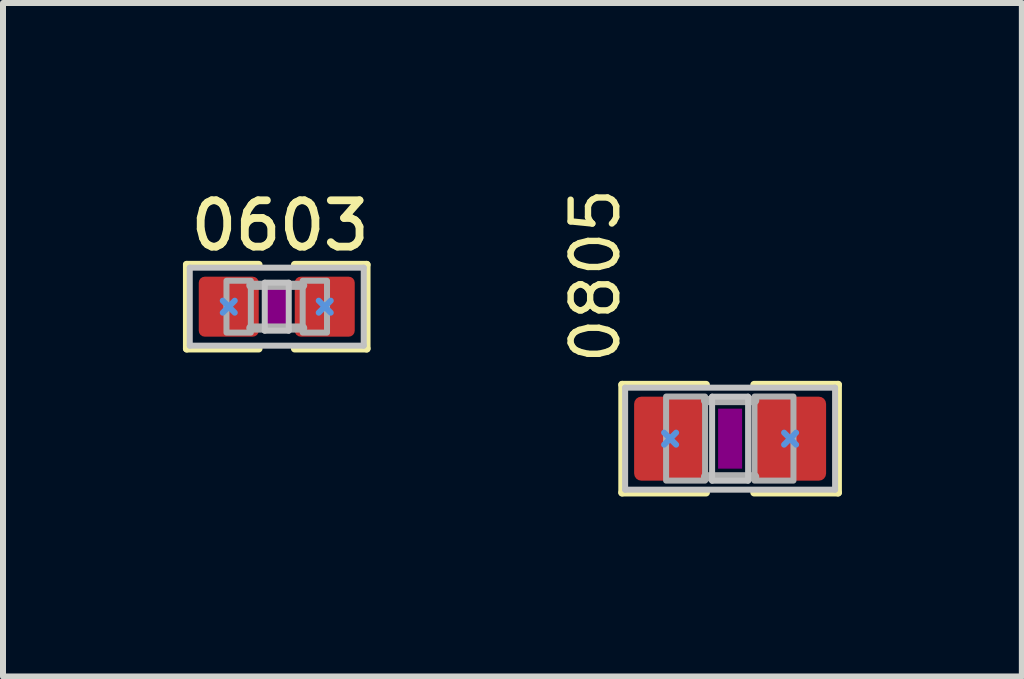
<source format=kicad_pcb>
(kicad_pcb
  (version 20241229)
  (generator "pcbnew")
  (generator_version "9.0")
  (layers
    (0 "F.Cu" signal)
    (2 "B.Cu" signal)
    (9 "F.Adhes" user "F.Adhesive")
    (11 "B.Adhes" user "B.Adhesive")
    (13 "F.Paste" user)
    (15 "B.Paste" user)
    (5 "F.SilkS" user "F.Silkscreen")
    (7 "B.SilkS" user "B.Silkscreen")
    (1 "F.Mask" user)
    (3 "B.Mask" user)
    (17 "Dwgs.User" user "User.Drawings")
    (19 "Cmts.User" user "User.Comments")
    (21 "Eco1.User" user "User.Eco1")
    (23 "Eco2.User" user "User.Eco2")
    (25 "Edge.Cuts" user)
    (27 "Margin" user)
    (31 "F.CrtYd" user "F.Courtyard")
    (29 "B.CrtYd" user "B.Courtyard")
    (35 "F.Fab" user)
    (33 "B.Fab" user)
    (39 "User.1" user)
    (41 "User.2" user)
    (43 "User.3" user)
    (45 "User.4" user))
  (footprint "0805"
    (layer "F.Cu")
    (at 9.12 4.262)
    (property "Reference" "0805" (at -1.8 -1.2 90) (layer "F.SilkS") (effects (font (size 0.76 0.76) (thickness 0.106)) (justify left bottom)))
    (attr through_hole)
    (fp_line (start -1.8 -0.9) (end -0.4 -0.9) (stroke (width 0.127) (type solid)) (layer "F.SilkS"))
    (fp_line (start -1.8 0.9) (end -1.8 -0.9) (stroke (width 0.127) (type solid)) (layer "F.SilkS"))
    (fp_line (start -0.4 0.9) (end -1.8 0.9) (stroke (width 0.127) (type solid)) (layer "F.SilkS"))
    (fp_line (start 0.4 -0.9) (end 1.8 -0.9) (stroke (width 0.127) (type solid)) (layer "F.SilkS"))
    (fp_line (start 1.8 -0.9) (end 1.8 0.9) (stroke (width 0.127) (type solid)) (layer "F.SilkS"))
    (fp_line (start 1.8 0.9) (end 0.4 0.9) (stroke (width 0.127) (type solid)) (layer "F.SilkS"))
    (fp_poly (pts (xy -0.2 0.5) (xy 0.2 0.5) (xy 0.2 -0.5) (xy -0.2 -0.5)) (stroke (width 0) (type solid)) (fill yes) (layer "F.Adhes"))
    (fp_line (start -1.75 -0.85) (end 1.75 -0.85) (stroke (width 0.1) (type solid)) (layer "Dwgs.User"))
    (fp_line (start -1.75 0.85) (end -1.75 -0.85) (stroke (width 0.1) (type solid)) (layer "Dwgs.User"))
    (fp_line (start -0.3 -0.7) (end 0.3 -0.7) (stroke (width 0.1) (type solid)) (layer "Dwgs.User"))
    (fp_line (start -0.3 0.7) (end -0.3 -0.7) (stroke (width 0.1) (type solid)) (layer "Dwgs.User"))
    (fp_line (start 0.3 -0.7) (end 0.3 0.7) (stroke (width 0.1) (type solid)) (layer "Dwgs.User"))
    (fp_line (start 0.3 0.7) (end -0.3 0.7) (stroke (width 0.1) (type solid)) (layer "Dwgs.User"))
    (fp_line (start 1.75 -0.85) (end 1.75 0.85) (stroke (width 0.1) (type solid)) (layer "Dwgs.User"))
    (fp_line (start 1.75 0.85) (end -1.75 0.85) (stroke (width 0.1) (type solid)) (layer "Dwgs.User"))
    (fp_line (start -1.1 -0.1) (end -0.9 0.1) (stroke (width 0.1) (type solid)) (layer "Cmts.User"))
    (fp_line (start -1.1 0.1) (end -0.9 -0.1) (stroke (width 0.1) (type solid)) (layer "Cmts.User"))
    (fp_line (start 0.9 -0.1) (end 1.1 0.1) (stroke (width 0.1) (type solid)) (layer "Cmts.User"))
    (fp_line (start 0.9 0.1) (end 1.1 -0.1) (stroke (width 0.1) (type solid)) (layer "Cmts.User"))
    (fp_line (start -0.41 -0.635) (end 0.41 -0.635) (stroke (width 0.152) (type solid)) (layer "F.Fab"))
    (fp_line (start -0.41 0.635) (end 0.41 0.635) (stroke (width 0.152) (type solid)) (layer "F.Fab"))
    (fp_poly (pts (xy -1.067 0.699) (xy -0.417 0.699) (xy -0.417 -0.702) (xy -1.067 -0.702)) (stroke (width 0.1) (type solid)) (fill no) (layer "F.Fab"))
    (fp_poly (pts (xy 0.406 0.699) (xy 1.056 0.699) (xy 1.056 -0.702) (xy 0.406 -0.702)) (stroke (width 0.1) (type solid)) (fill no) (layer "F.Fab"))
    (pad "1" smd roundrect (at -1 0) (size 1.2 1.4) (layers "F.Cu" "F.Mask" "F.Paste") (roundrect_rratio 0.1))
    (pad "2" smd roundrect (at 1 0) (size 1.2 1.4) (layers "F.Cu" "F.Mask" "F.Paste") (roundrect_rratio 0.1)))
  (footprint "0603"
    (layer "F.Cu")
    (at 1.563 2.062)
    (property "Reference" "0603" (at -1.5 -0.9 0) (layer "F.SilkS") (effects (font (size 0.772 0.772) (thickness 0.13)) (justify left bottom)))
    (attr through_hole)
    (fp_line (start -1.5 -0.7) (end -0.3 -0.7) (stroke (width 0.127) (type solid)) (layer "F.SilkS"))
    (fp_line (start -1.5 0.7) (end -1.5 -0.7) (stroke (width 0.127) (type solid)) (layer "F.SilkS"))
    (fp_line (start -0.3 0.7) (end -1.5 0.7) (stroke (width 0.127) (type solid)) (layer "F.SilkS"))
    (fp_line (start 0.3 -0.7) (end 1.5 -0.7) (stroke (width 0.127) (type solid)) (layer "F.SilkS"))
    (fp_line (start 1.5 -0.7) (end 1.5 0.7) (stroke (width 0.127) (type solid)) (layer "F.SilkS"))
    (fp_line (start 1.5 0.7) (end 0.3 0.7) (stroke (width 0.127) (type solid)) (layer "F.SilkS"))
    (fp_poly (pts (xy -0.2 0.4) (xy 0.2 0.4) (xy 0.2 -0.4) (xy -0.2 -0.4)) (stroke (width 0) (type solid)) (fill yes) (layer "F.Adhes"))
    (fp_line (start -1.45 -0.65) (end 1.45 -0.65) (stroke (width 0.1) (type solid)) (layer "Dwgs.User"))
    (fp_line (start -1.45 0.65) (end -1.45 -0.65) (stroke (width 0.1) (type solid)) (layer "Dwgs.User"))
    (fp_line (start -0.2 -0.4) (end 0.2 -0.4) (stroke (width 0.1) (type solid)) (layer "Dwgs.User"))
    (fp_line (start -0.2 0.4) (end -0.2 -0.4) (stroke (width 0.1) (type solid)) (layer "Dwgs.User"))
    (fp_line (start 0.2 -0.4) (end 0.2 0.4) (stroke (width 0.1) (type solid)) (layer "Dwgs.User"))
    (fp_line (start 0.2 0.4) (end -0.2 0.4) (stroke (width 0.1) (type solid)) (layer "Dwgs.User"))
    (fp_line (start 1.45 -0.65) (end 1.45 0.65) (stroke (width 0.1) (type solid)) (layer "Dwgs.User"))
    (fp_line (start 1.45 0.65) (end -1.45 0.65) (stroke (width 0.1) (type solid)) (layer "Dwgs.User"))
    (fp_line (start -0.9 -0.1) (end -0.7 0.1) (stroke (width 0.1) (type solid)) (layer "Cmts.User"))
    (fp_line (start -0.9 0.1) (end -0.7 -0.1) (stroke (width 0.1) (type solid)) (layer "Cmts.User"))
    (fp_line (start 0.7 -0.1) (end 0.9 0.1) (stroke (width 0.1) (type solid)) (layer "Cmts.User"))
    (fp_line (start 0.7 0.1) (end 0.9 -0.1) (stroke (width 0.1) (type solid)) (layer "Cmts.User"))
    (fp_line (start -0.432 0.356) (end 0.432 0.356) (stroke (width 0.152) (type solid)) (layer "F.Fab"))
    (fp_line (start 0.432 -0.356) (end -0.432 -0.356) (stroke (width 0.152) (type solid)) (layer "F.Fab"))
    (fp_poly (pts (xy -0.838 0.432) (xy -0.432 0.432) (xy -0.432 -0.432) (xy -0.838 -0.432)) (stroke (width 0.1) (type solid)) (fill no) (layer "F.Fab"))
    (fp_poly (pts (xy 0.432 0.432) (xy 0.838 0.432) (xy 0.838 -0.432) (xy 0.432 -0.432)) (stroke (width 0.1) (type solid)) (fill no) (layer "F.Fab"))
    (pad "1" smd roundrect (at -0.8 0) (size 1 1) (layers "F.Cu" "F.Mask" "F.Paste") (roundrect_rratio 0.1))
    (pad "2" smd roundrect (at 0.8 0) (size 1 1) (layers "F.Cu" "F.Mask" "F.Paste") (roundrect_rratio 0.1)))
  (gr_rect
    (start -3 -3)
    (end 13.983 8.226)
    (stroke (width 0.1) (type default))
    (fill no)
    (layer "Edge.Cuts")))
</source>
